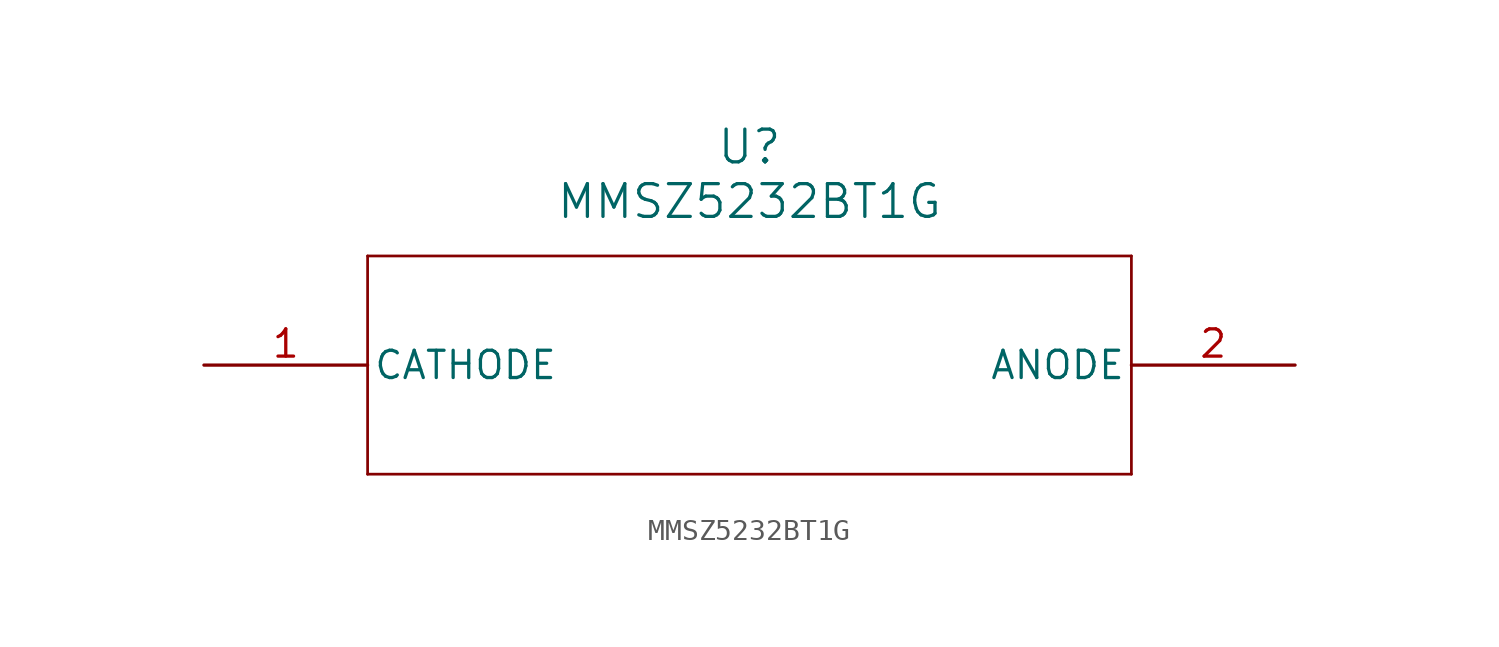
<source format=kicad_sym>
(kicad_symbol_lib
  (version 20211014)
  (generator kicad_symbol_editor)
  (symbol "MMSZ5232BT1G"
    (pin_names
      (offset 0.254))
    (property "Reference" "U"
      (at 25.4 10.16 0)
      (effects (font (size 1.524 1.524))))
    (property "Value" "MMSZ5232BT1G"
      (at 25.4 7.62 0)
      (effects (font (size 1.524 1.524))))
    (symbol "MMSZ5232BT1G_0_1"
      (polyline (pts (xy 7.62 5.08) (xy 7.62 -5.08)) (stroke (width 0.127) (type default) (color 0 0 0 0)) (fill (type none)))
      (polyline (pts (xy 7.62 -5.08) (xy 43.18 -5.08)) (stroke (width 0.127) (type default) (color 0 0 0 0)) (fill (type none)))
      (polyline (pts (xy 43.18 -5.08) (xy 43.18 5.08)) (stroke (width 0.127) (type default) (color 0 0 0 0)) (fill (type none)))
      (polyline (pts (xy 43.18 5.08) (xy 7.62 5.08)) (stroke (width 0.127) (type default) (color 0 0 0 0)) (fill (type none)))
      (pin unspecified line (at 0 0 0) (length 7.62) (name "CATHODE" (effects (font (size 1.27 1.27)))) (number "1" (effects (font (size 1.27 1.27)))))
      (pin unspecified line (at 50.8 0 180) (length 7.62) (name "ANODE" (effects (font (size 1.27 1.27)))) (number "2" (effects (font (size 1.27 1.27))))))))
</source>
